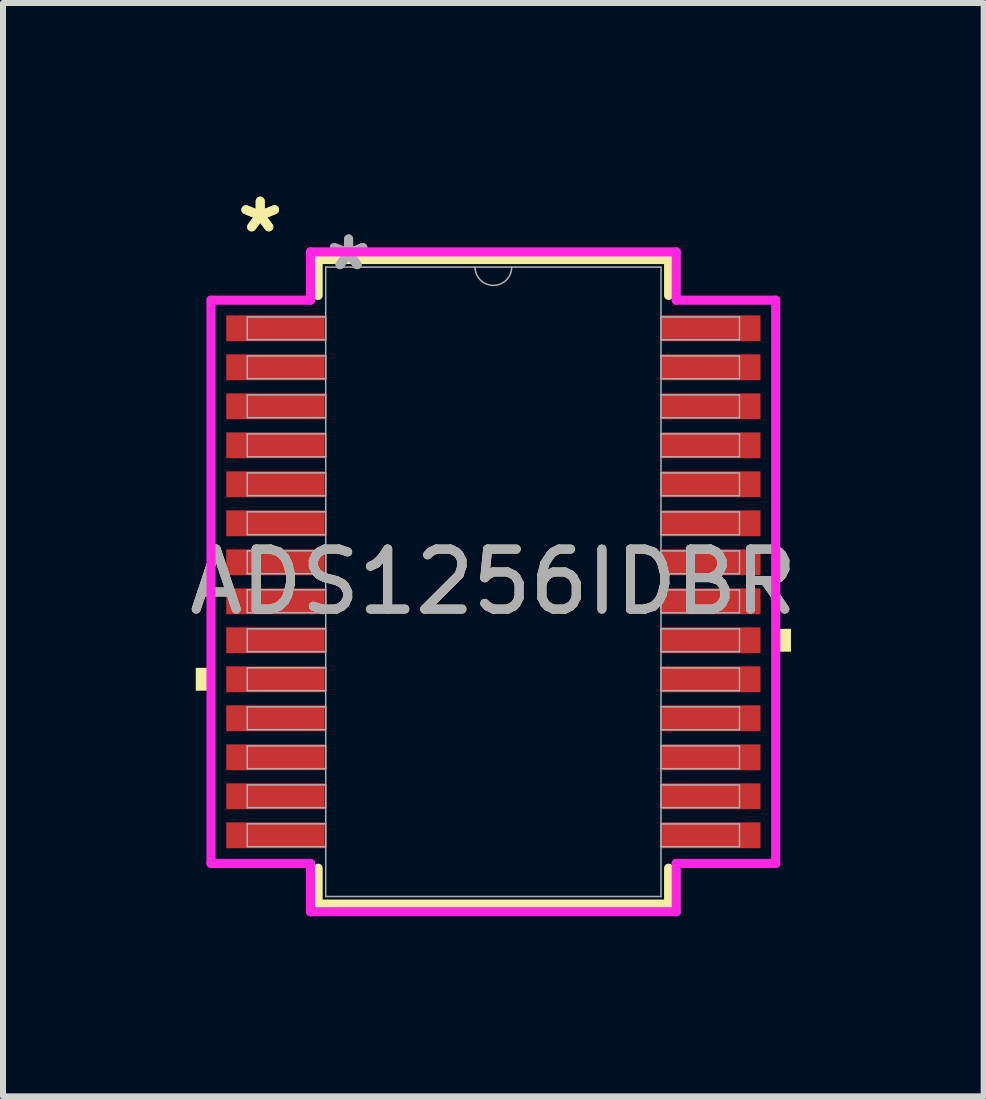
<source format=kicad_pcb>
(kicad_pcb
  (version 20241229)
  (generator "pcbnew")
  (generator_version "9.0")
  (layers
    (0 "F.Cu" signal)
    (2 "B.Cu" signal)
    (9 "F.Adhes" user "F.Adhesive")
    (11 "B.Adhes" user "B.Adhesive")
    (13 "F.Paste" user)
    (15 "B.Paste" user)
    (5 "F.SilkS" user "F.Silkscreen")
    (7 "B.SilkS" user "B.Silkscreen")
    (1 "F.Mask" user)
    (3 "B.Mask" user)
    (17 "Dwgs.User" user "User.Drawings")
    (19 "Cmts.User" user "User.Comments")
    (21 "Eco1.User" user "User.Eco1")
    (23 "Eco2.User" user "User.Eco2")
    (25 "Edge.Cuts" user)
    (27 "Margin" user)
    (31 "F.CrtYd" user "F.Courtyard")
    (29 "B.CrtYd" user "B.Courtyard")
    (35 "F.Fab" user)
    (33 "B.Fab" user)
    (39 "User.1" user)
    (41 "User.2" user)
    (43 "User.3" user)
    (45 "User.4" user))
  (footprint "ADS1256IDBR"
    (layer "F.Cu")
    (at 5.173 6.647)
    (property "Reference" "ADS1256IDBR" (at 0 0 0) (unlocked yes) (layer "F.SilkS") (effects (font (size 1 1) (thickness 0.15))))
    (attr smd)
    (fp_line (start -2.921 -5.372) (end -2.921 -4.773) (stroke (width 0.152) (type solid)) (layer "F.SilkS"))
    (fp_line (start -2.921 4.773) (end -2.921 5.372) (stroke (width 0.152) (type solid)) (layer "F.SilkS"))
    (fp_line (start -2.921 5.372) (end 2.921 5.372) (stroke (width 0.152) (type solid)) (layer "F.SilkS"))
    (fp_line (start 2.921 -5.372) (end -2.921 -5.372) (stroke (width 0.152) (type solid)) (layer "F.SilkS"))
    (fp_line (start 2.921 -4.773) (end 2.921 -5.372) (stroke (width 0.152) (type solid)) (layer "F.SilkS"))
    (fp_line (start 2.921 5.372) (end 2.921 4.773) (stroke (width 0.152) (type solid)) (layer "F.SilkS"))
    (fp_poly (pts (xy -4.96 1.434) (xy -4.96 1.815) (xy -4.706 1.815) (xy -4.706 1.434)) (stroke (width 0) (type solid)) (fill yes) (layer "F.SilkS"))
    (fp_poly (pts (xy 4.96 0.784) (xy 4.96 1.165) (xy 4.706 1.165) (xy 4.706 0.784)) (stroke (width 0) (type solid)) (fill yes) (layer "F.SilkS"))
    (fp_line (start -4.706 -4.694) (end -3.048 -4.694) (stroke (width 0.152) (type solid)) (layer "F.CrtYd"))
    (fp_line (start -4.706 4.694) (end -4.706 -4.694) (stroke (width 0.152) (type solid)) (layer "F.CrtYd"))
    (fp_line (start -4.706 4.694) (end -3.048 4.694) (stroke (width 0.152) (type solid)) (layer "F.CrtYd"))
    (fp_line (start -3.048 -5.499) (end 3.048 -5.499) (stroke (width 0.152) (type solid)) (layer "F.CrtYd"))
    (fp_line (start -3.048 -4.694) (end -3.048 -5.499) (stroke (width 0.152) (type solid)) (layer "F.CrtYd"))
    (fp_line (start -3.048 5.499) (end -3.048 4.694) (stroke (width 0.152) (type solid)) (layer "F.CrtYd"))
    (fp_line (start 3.048 -5.499) (end 3.048 -4.694) (stroke (width 0.152) (type solid)) (layer "F.CrtYd"))
    (fp_line (start 3.048 4.694) (end 3.048 5.499) (stroke (width 0.152) (type solid)) (layer "F.CrtYd"))
    (fp_line (start 3.048 5.499) (end -3.048 5.499) (stroke (width 0.152) (type solid)) (layer "F.CrtYd"))
    (fp_line (start 4.706 -4.694) (end 3.048 -4.694) (stroke (width 0.152) (type solid)) (layer "F.CrtYd"))
    (fp_line (start 4.706 -4.694) (end 4.706 4.694) (stroke (width 0.152) (type solid)) (layer "F.CrtYd"))
    (fp_line (start 4.706 4.694) (end 3.048 4.694) (stroke (width 0.152) (type solid)) (layer "F.CrtYd"))
    (fp_line (start -4.102 -4.415) (end -4.102 -4.035) (stroke (width 0.025) (type solid)) (layer "F.Fab"))
    (fp_line (start -4.102 -4.035) (end -2.794 -4.035) (stroke (width 0.025) (type solid)) (layer "F.Fab"))
    (fp_line (start -4.102 -3.765) (end -4.102 -3.385) (stroke (width 0.025) (type solid)) (layer "F.Fab"))
    (fp_line (start -4.102 -3.385) (end -2.794 -3.385) (stroke (width 0.025) (type solid)) (layer "F.Fab"))
    (fp_line (start -4.102 -3.115) (end -4.102 -2.735) (stroke (width 0.025) (type solid)) (layer "F.Fab"))
    (fp_line (start -4.102 -2.735) (end -2.794 -2.735) (stroke (width 0.025) (type solid)) (layer "F.Fab"))
    (fp_line (start -4.102 -2.466) (end -4.102 -2.084) (stroke (width 0.025) (type solid)) (layer "F.Fab"))
    (fp_line (start -4.102 -2.084) (end -2.794 -2.084) (stroke (width 0.025) (type solid)) (layer "F.Fab"))
    (fp_line (start -4.102 -1.816) (end -4.102 -1.435) (stroke (width 0.025) (type solid)) (layer "F.Fab"))
    (fp_line (start -4.102 -1.435) (end -2.794 -1.435) (stroke (width 0.025) (type solid)) (layer "F.Fab"))
    (fp_line (start -4.102 -1.166) (end -4.102 -0.785) (stroke (width 0.025) (type solid)) (layer "F.Fab"))
    (fp_line (start -4.102 -0.785) (end -2.794 -0.785) (stroke (width 0.025) (type solid)) (layer "F.Fab"))
    (fp_line (start -4.102 -0.516) (end -4.102 -0.135) (stroke (width 0.025) (type solid)) (layer "F.Fab"))
    (fp_line (start -4.102 -0.135) (end -2.794 -0.135) (stroke (width 0.025) (type solid)) (layer "F.Fab"))
    (fp_line (start -4.102 0.134) (end -4.102 0.515) (stroke (width 0.025) (type solid)) (layer "F.Fab"))
    (fp_line (start -4.102 0.515) (end -2.794 0.515) (stroke (width 0.025) (type solid)) (layer "F.Fab"))
    (fp_line (start -4.102 0.784) (end -4.102 1.165) (stroke (width 0.025) (type solid)) (layer "F.Fab"))
    (fp_line (start -4.102 1.165) (end -2.794 1.165) (stroke (width 0.025) (type solid)) (layer "F.Fab"))
    (fp_line (start -4.102 1.434) (end -4.102 1.815) (stroke (width 0.025) (type solid)) (layer "F.Fab"))
    (fp_line (start -4.102 1.815) (end -2.794 1.815) (stroke (width 0.025) (type solid)) (layer "F.Fab"))
    (fp_line (start -4.102 2.084) (end -4.102 2.465) (stroke (width 0.025) (type solid)) (layer "F.Fab"))
    (fp_line (start -4.102 2.465) (end -2.794 2.465) (stroke (width 0.025) (type solid)) (layer "F.Fab"))
    (fp_line (start -4.102 2.734) (end -4.102 3.115) (stroke (width 0.025) (type solid)) (layer "F.Fab"))
    (fp_line (start -4.102 3.115) (end -2.794 3.115) (stroke (width 0.025) (type solid)) (layer "F.Fab"))
    (fp_line (start -4.102 3.384) (end -4.102 3.765) (stroke (width 0.025) (type solid)) (layer "F.Fab"))
    (fp_line (start -4.102 3.765) (end -2.794 3.765) (stroke (width 0.025) (type solid)) (layer "F.Fab"))
    (fp_line (start -4.102 4.034) (end -4.102 4.415) (stroke (width 0.025) (type solid)) (layer "F.Fab"))
    (fp_line (start -4.102 4.415) (end -2.794 4.415) (stroke (width 0.025) (type solid)) (layer "F.Fab"))
    (fp_line (start -2.794 -5.245) (end -2.794 5.245) (stroke (width 0.025) (type solid)) (layer "F.Fab"))
    (fp_line (start -2.794 -4.415) (end -4.102 -4.415) (stroke (width 0.025) (type solid)) (layer "F.Fab"))
    (fp_line (start -2.794 -4.035) (end -2.794 -4.415) (stroke (width 0.025) (type solid)) (layer "F.Fab"))
    (fp_line (start -2.794 -3.765) (end -4.102 -3.765) (stroke (width 0.025) (type solid)) (layer "F.Fab"))
    (fp_line (start -2.794 -3.385) (end -2.794 -3.765) (stroke (width 0.025) (type solid)) (layer "F.Fab"))
    (fp_line (start -2.794 -3.115) (end -4.102 -3.115) (stroke (width 0.025) (type solid)) (layer "F.Fab"))
    (fp_line (start -2.794 -2.735) (end -2.794 -3.115) (stroke (width 0.025) (type solid)) (layer "F.Fab"))
    (fp_line (start -2.794 -2.466) (end -4.102 -2.466) (stroke (width 0.025) (type solid)) (layer "F.Fab"))
    (fp_line (start -2.794 -2.084) (end -2.794 -2.466) (stroke (width 0.025) (type solid)) (layer "F.Fab"))
    (fp_line (start -2.794 -1.816) (end -4.102 -1.816) (stroke (width 0.025) (type solid)) (layer "F.Fab"))
    (fp_line (start -2.794 -1.435) (end -2.794 -1.816) (stroke (width 0.025) (type solid)) (layer "F.Fab"))
    (fp_line (start -2.794 -1.166) (end -4.102 -1.166) (stroke (width 0.025) (type solid)) (layer "F.Fab"))
    (fp_line (start -2.794 -0.785) (end -2.794 -1.166) (stroke (width 0.025) (type solid)) (layer "F.Fab"))
    (fp_line (start -2.794 -0.516) (end -4.102 -0.516) (stroke (width 0.025) (type solid)) (layer "F.Fab"))
    (fp_line (start -2.794 -0.135) (end -2.794 -0.516) (stroke (width 0.025) (type solid)) (layer "F.Fab"))
    (fp_line (start -2.794 0.134) (end -4.102 0.134) (stroke (width 0.025) (type solid)) (layer "F.Fab"))
    (fp_line (start -2.794 0.515) (end -2.794 0.134) (stroke (width 0.025) (type solid)) (layer "F.Fab"))
    (fp_line (start -2.794 0.784) (end -4.102 0.784) (stroke (width 0.025) (type solid)) (layer "F.Fab"))
    (fp_line (start -2.794 1.165) (end -2.794 0.784) (stroke (width 0.025) (type solid)) (layer "F.Fab"))
    (fp_line (start -2.794 1.434) (end -4.102 1.434) (stroke (width 0.025) (type solid)) (layer "F.Fab"))
    (fp_line (start -2.794 1.815) (end -2.794 1.434) (stroke (width 0.025) (type solid)) (layer "F.Fab"))
    (fp_line (start -2.794 2.084) (end -4.102 2.084) (stroke (width 0.025) (type solid)) (layer "F.Fab"))
    (fp_line (start -2.794 2.465) (end -2.794 2.084) (stroke (width 0.025) (type solid)) (layer "F.Fab"))
    (fp_line (start -2.794 2.734) (end -4.102 2.734) (stroke (width 0.025) (type solid)) (layer "F.Fab"))
    (fp_line (start -2.794 3.115) (end -2.794 2.734) (stroke (width 0.025) (type solid)) (layer "F.Fab"))
    (fp_line (start -2.794 3.384) (end -4.102 3.384) (stroke (width 0.025) (type solid)) (layer "F.Fab"))
    (fp_line (start -2.794 3.765) (end -2.794 3.384) (stroke (width 0.025) (type solid)) (layer "F.Fab"))
    (fp_line (start -2.794 4.034) (end -4.102 4.034) (stroke (width 0.025) (type solid)) (layer "F.Fab"))
    (fp_line (start -2.794 4.415) (end -2.794 4.034) (stroke (width 0.025) (type solid)) (layer "F.Fab"))
    (fp_line (start -2.794 5.245) (end 2.794 5.245) (stroke (width 0.025) (type solid)) (layer "F.Fab"))
    (fp_line (start 2.794 -5.245) (end -2.794 -5.245) (stroke (width 0.025) (type solid)) (layer "F.Fab"))
    (fp_line (start 2.794 -4.415) (end 2.794 -4.034) (stroke (width 0.025) (type solid)) (layer "F.Fab"))
    (fp_line (start 2.794 -4.034) (end 4.102 -4.034) (stroke (width 0.025) (type solid)) (layer "F.Fab"))
    (fp_line (start 2.794 -3.765) (end 2.794 -3.384) (stroke (width 0.025) (type solid)) (layer "F.Fab"))
    (fp_line (start 2.794 -3.384) (end 4.102 -3.384) (stroke (width 0.025) (type solid)) (layer "F.Fab"))
    (fp_line (start 2.794 -3.115) (end 2.794 -2.734) (stroke (width 0.025) (type solid)) (layer "F.Fab"))
    (fp_line (start 2.794 -2.734) (end 4.102 -2.734) (stroke (width 0.025) (type solid)) (layer "F.Fab"))
    (fp_line (start 2.794 -2.465) (end 2.794 -2.084) (stroke (width 0.025) (type solid)) (layer "F.Fab"))
    (fp_line (start 2.794 -2.084) (end 4.102 -2.084) (stroke (width 0.025) (type solid)) (layer "F.Fab"))
    (fp_line (start 2.794 -1.815) (end 2.794 -1.434) (stroke (width 0.025) (type solid)) (layer "F.Fab"))
    (fp_line (start 2.794 -1.434) (end 4.102 -1.434) (stroke (width 0.025) (type solid)) (layer "F.Fab"))
    (fp_line (start 2.794 -1.165) (end 2.794 -0.784) (stroke (width 0.025) (type solid)) (layer "F.Fab"))
    (fp_line (start 2.794 -0.784) (end 4.102 -0.784) (stroke (width 0.025) (type solid)) (layer "F.Fab"))
    (fp_line (start 2.794 -0.515) (end 2.794 -0.134) (stroke (width 0.025) (type solid)) (layer "F.Fab"))
    (fp_line (start 2.794 -0.134) (end 4.102 -0.134) (stroke (width 0.025) (type solid)) (layer "F.Fab"))
    (fp_line (start 2.794 0.135) (end 2.794 0.516) (stroke (width 0.025) (type solid)) (layer "F.Fab"))
    (fp_line (start 2.794 0.516) (end 4.102 0.516) (stroke (width 0.025) (type solid)) (layer "F.Fab"))
    (fp_line (start 2.794 0.784) (end 2.794 1.165) (stroke (width 0.025) (type solid)) (layer "F.Fab"))
    (fp_line (start 2.794 1.165) (end 4.102 1.165) (stroke (width 0.025) (type solid)) (layer "F.Fab"))
    (fp_line (start 2.794 1.435) (end 2.794 1.815) (stroke (width 0.025) (type solid)) (layer "F.Fab"))
    (fp_line (start 2.794 1.815) (end 4.102 1.815) (stroke (width 0.025) (type solid)) (layer "F.Fab"))
    (fp_line (start 2.794 2.084) (end 2.794 2.466) (stroke (width 0.025) (type solid)) (layer "F.Fab"))
    (fp_line (start 2.794 2.466) (end 4.102 2.466) (stroke (width 0.025) (type solid)) (layer "F.Fab"))
    (fp_line (start 2.794 2.735) (end 2.794 3.115) (stroke (width 0.025) (type solid)) (layer "F.Fab"))
    (fp_line (start 2.794 3.115) (end 4.102 3.115) (stroke (width 0.025) (type solid)) (layer "F.Fab"))
    (fp_line (start 2.794 3.385) (end 2.794 3.765) (stroke (width 0.025) (type solid)) (layer "F.Fab"))
    (fp_line (start 2.794 3.765) (end 4.102 3.765) (stroke (width 0.025) (type solid)) (layer "F.Fab"))
    (fp_line (start 2.794 4.035) (end 2.794 4.415) (stroke (width 0.025) (type solid)) (layer "F.Fab"))
    (fp_line (start 2.794 4.415) (end 4.102 4.415) (stroke (width 0.025) (type solid)) (layer "F.Fab"))
    (fp_line (start 2.794 5.245) (end 2.794 -5.245) (stroke (width 0.025) (type solid)) (layer "F.Fab"))
    (fp_line (start 4.102 -4.415) (end 2.794 -4.415) (stroke (width 0.025) (type solid)) (layer "F.Fab"))
    (fp_line (start 4.102 -4.034) (end 4.102 -4.415) (stroke (width 0.025) (type solid)) (layer "F.Fab"))
    (fp_line (start 4.102 -3.765) (end 2.794 -3.765) (stroke (width 0.025) (type solid)) (layer "F.Fab"))
    (fp_line (start 4.102 -3.384) (end 4.102 -3.765) (stroke (width 0.025) (type solid)) (layer "F.Fab"))
    (fp_line (start 4.102 -3.115) (end 2.794 -3.115) (stroke (width 0.025) (type solid)) (layer "F.Fab"))
    (fp_line (start 4.102 -2.734) (end 4.102 -3.115) (stroke (width 0.025) (type solid)) (layer "F.Fab"))
    (fp_line (start 4.102 -2.465) (end 2.794 -2.465) (stroke (width 0.025) (type solid)) (layer "F.Fab"))
    (fp_line (start 4.102 -2.084) (end 4.102 -2.465) (stroke (width 0.025) (type solid)) (layer "F.Fab"))
    (fp_line (start 4.102 -1.815) (end 2.794 -1.815) (stroke (width 0.025) (type solid)) (layer "F.Fab"))
    (fp_line (start 4.102 -1.434) (end 4.102 -1.815) (stroke (width 0.025) (type solid)) (layer "F.Fab"))
    (fp_line (start 4.102 -1.165) (end 2.794 -1.165) (stroke (width 0.025) (type solid)) (layer "F.Fab"))
    (fp_line (start 4.102 -0.784) (end 4.102 -1.165) (stroke (width 0.025) (type solid)) (layer "F.Fab"))
    (fp_line (start 4.102 -0.515) (end 2.794 -0.515) (stroke (width 0.025) (type solid)) (layer "F.Fab"))
    (fp_line (start 4.102 -0.134) (end 4.102 -0.515) (stroke (width 0.025) (type solid)) (layer "F.Fab"))
    (fp_line (start 4.102 0.135) (end 2.794 0.135) (stroke (width 0.025) (type solid)) (layer "F.Fab"))
    (fp_line (start 4.102 0.516) (end 4.102 0.135) (stroke (width 0.025) (type solid)) (layer "F.Fab"))
    (fp_line (start 4.102 0.784) (end 2.794 0.784) (stroke (width 0.025) (type solid)) (layer "F.Fab"))
    (fp_line (start 4.102 1.165) (end 4.102 0.784) (stroke (width 0.025) (type solid)) (layer "F.Fab"))
    (fp_line (start 4.102 1.435) (end 2.794 1.435) (stroke (width 0.025) (type solid)) (layer "F.Fab"))
    (fp_line (start 4.102 1.815) (end 4.102 1.435) (stroke (width 0.025) (type solid)) (layer "F.Fab"))
    (fp_line (start 4.102 2.084) (end 2.794 2.084) (stroke (width 0.025) (type solid)) (layer "F.Fab"))
    (fp_line (start 4.102 2.466) (end 4.102 2.084) (stroke (width 0.025) (type solid)) (layer "F.Fab"))
    (fp_line (start 4.102 2.735) (end 2.794 2.735) (stroke (width 0.025) (type solid)) (layer "F.Fab"))
    (fp_line (start 4.102 3.115) (end 4.102 2.735) (stroke (width 0.025) (type solid)) (layer "F.Fab"))
    (fp_line (start 4.102 3.385) (end 2.794 3.385) (stroke (width 0.025) (type solid)) (layer "F.Fab"))
    (fp_line (start 4.102 3.765) (end 4.102 3.385) (stroke (width 0.025) (type solid)) (layer "F.Fab"))
    (fp_line (start 4.102 4.035) (end 2.794 4.035) (stroke (width 0.025) (type solid)) (layer "F.Fab"))
    (fp_line (start 4.102 4.415) (end 4.102 4.035) (stroke (width 0.025) (type solid)) (layer "F.Fab"))
    (fp_arc (start 0.3048 -5.2451) (mid 0 -4.9403) (end -0.3048 -5.2451) (stroke (width 0.0254) (type solid)) (layer "F.Fab"))
    (fp_text user "*" (at -3.886 -5.799 0) (layer "F.SilkS") (effects (font (size 1 1) (thickness 0.15))))
    (fp_text user "*" (at -3.886 -5.799 0) (unlocked yes) (layer "F.SilkS") (effects (font (size 1 1) (thickness 0.15))))
    (fp_text user "${REFERENCE}" (at 0 0 0) (unlocked yes) (layer "F.Fab") (effects (font (size 1 1) (thickness 0.15))))
    (fp_text user "*" (at -2.413 -5.169 0) (unlocked yes) (layer "F.Fab") (effects (font (size 1 1) (thickness 0.15))))
    (fp_text user "*" (at -2.413 -5.169 0) (layer "F.Fab") (effects (font (size 1 1) (thickness 0.15))))
    (pad "1" smd rect (at -3.632 -4.225) (size 1.64 0.431) (layers "F.Cu" "F.Mask" "F.Paste"))
    (pad "2" smd rect (at -3.632 -3.575) (size 1.64 0.431) (layers "F.Cu" "F.Mask" "F.Paste"))
    (pad "3" smd rect (at -3.632 -2.925) (size 1.64 0.431) (layers "F.Cu" "F.Mask" "F.Paste"))
    (pad "4" smd rect (at -3.632 -2.275) (size 1.64 0.431) (layers "F.Cu" "F.Mask" "F.Paste"))
    (pad "5" smd rect (at -3.632 -1.625) (size 1.64 0.431) (layers "F.Cu" "F.Mask" "F.Paste"))
    (pad "6" smd rect (at -3.632 -0.975) (size 1.64 0.431) (layers "F.Cu" "F.Mask" "F.Paste"))
    (pad "7" smd rect (at -3.632 -0.325) (size 1.64 0.431) (layers "F.Cu" "F.Mask" "F.Paste"))
    (pad "8" smd rect (at -3.632 0.325) (size 1.64 0.431) (layers "F.Cu" "F.Mask" "F.Paste"))
    (pad "9" smd rect (at -3.632 0.975) (size 1.64 0.431) (layers "F.Cu" "F.Mask" "F.Paste"))
    (pad "10" smd rect (at -3.632 1.625) (size 1.64 0.431) (layers "F.Cu" "F.Mask" "F.Paste"))
    (pad "11" smd rect (at -3.632 2.275) (size 1.64 0.431) (layers "F.Cu" "F.Mask" "F.Paste"))
    (pad "12" smd rect (at -3.632 2.925) (size 1.64 0.431) (layers "F.Cu" "F.Mask" "F.Paste"))
    (pad "13" smd rect (at -3.632 3.575) (size 1.64 0.431) (layers "F.Cu" "F.Mask" "F.Paste"))
    (pad "14" smd rect (at -3.632 4.225) (size 1.64 0.431) (layers "F.Cu" "F.Mask" "F.Paste"))
    (pad "15" smd rect (at 3.632 4.225) (size 1.64 0.431) (layers "F.Cu" "F.Mask" "F.Paste"))
    (pad "16" smd rect (at 3.632 3.575) (size 1.64 0.431) (layers "F.Cu" "F.Mask" "F.Paste"))
    (pad "17" smd rect (at 3.632 2.925) (size 1.64 0.431) (layers "F.Cu" "F.Mask" "F.Paste"))
    (pad "18" smd rect (at 3.632 2.275) (size 1.64 0.431) (layers "F.Cu" "F.Mask" "F.Paste"))
    (pad "19" smd rect (at 3.632 1.625) (size 1.64 0.431) (layers "F.Cu" "F.Mask" "F.Paste"))
    (pad "20" smd rect (at 3.632 0.975) (size 1.64 0.431) (layers "F.Cu" "F.Mask" "F.Paste"))
    (pad "21" smd rect (at 3.632 0.325) (size 1.64 0.431) (layers "F.Cu" "F.Mask" "F.Paste"))
    (pad "22" smd rect (at 3.632 -0.325) (size 1.64 0.431) (layers "F.Cu" "F.Mask" "F.Paste"))
    (pad "23" smd rect (at 3.632 -0.975) (size 1.64 0.431) (layers "F.Cu" "F.Mask" "F.Paste"))
    (pad "24" smd rect (at 3.632 -1.625) (size 1.64 0.431) (layers "F.Cu" "F.Mask" "F.Paste"))
    (pad "25" smd rect (at 3.632 -2.275) (size 1.64 0.431) (layers "F.Cu" "F.Mask" "F.Paste"))
    (pad "26" smd rect (at 3.632 -2.925) (size 1.64 0.431) (layers "F.Cu" "F.Mask" "F.Paste"))
    (pad "27" smd rect (at 3.632 -3.575) (size 1.64 0.431) (layers "F.Cu" "F.Mask" "F.Paste"))
    (pad "28" smd rect (at 3.632 -4.225) (size 1.64 0.431) (layers "F.Cu" "F.Mask" "F.Paste")))
  (gr_rect
    (start -3 -3)
    (end 13.345 15.223)
    (stroke (width 0.1) (type default))
    (fill no)
    (layer "Edge.Cuts")))
</source>
